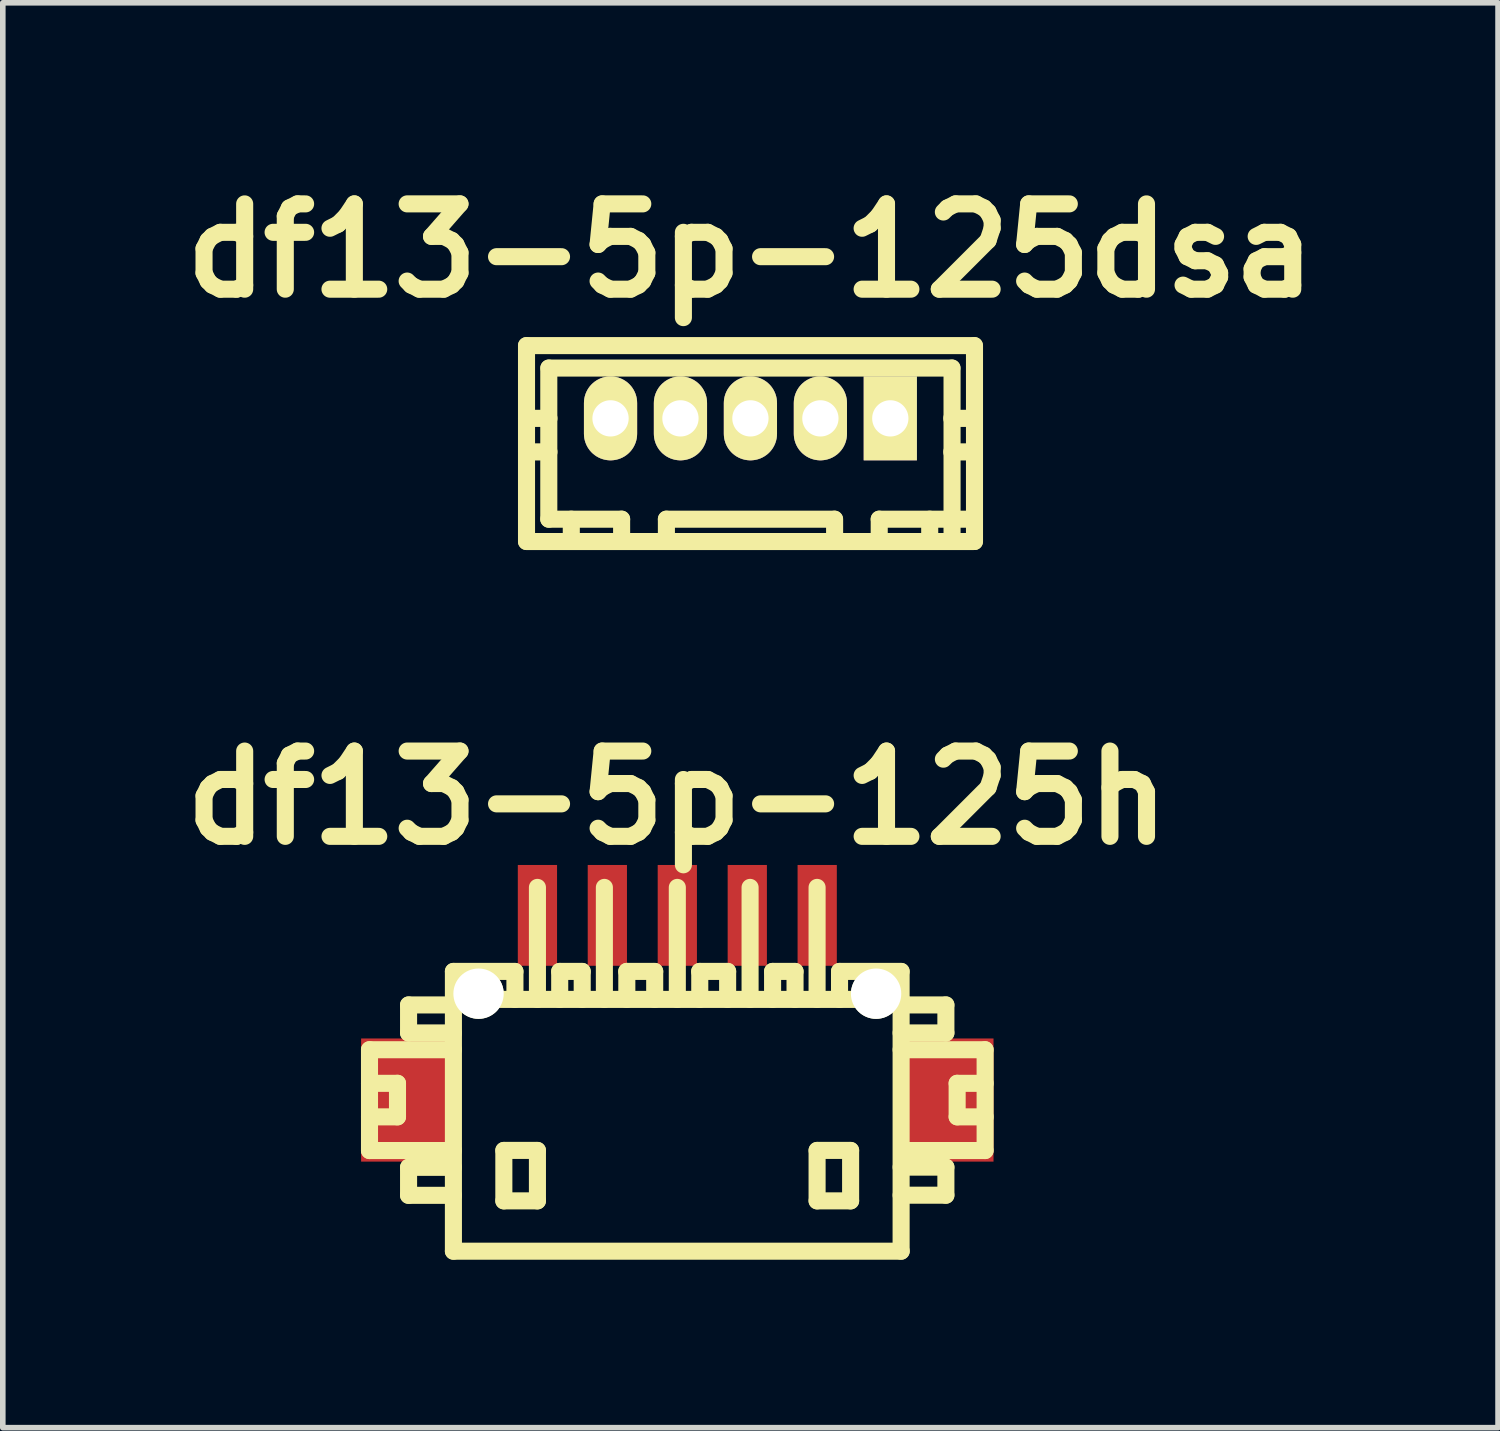
<source format=kicad_pcb>
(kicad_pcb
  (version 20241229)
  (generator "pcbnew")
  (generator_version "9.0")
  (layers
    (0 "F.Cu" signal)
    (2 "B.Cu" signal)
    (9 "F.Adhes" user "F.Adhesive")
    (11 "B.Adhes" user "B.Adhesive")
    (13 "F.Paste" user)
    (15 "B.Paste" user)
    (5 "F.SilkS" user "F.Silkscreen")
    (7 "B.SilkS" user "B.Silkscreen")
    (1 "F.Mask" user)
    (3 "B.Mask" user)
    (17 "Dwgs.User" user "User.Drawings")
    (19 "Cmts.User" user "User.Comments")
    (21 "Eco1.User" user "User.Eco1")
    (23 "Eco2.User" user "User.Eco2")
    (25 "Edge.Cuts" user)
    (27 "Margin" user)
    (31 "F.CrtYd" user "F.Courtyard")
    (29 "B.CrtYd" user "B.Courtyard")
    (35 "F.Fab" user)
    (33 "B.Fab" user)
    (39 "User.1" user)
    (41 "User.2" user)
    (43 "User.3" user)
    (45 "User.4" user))
  (footprint "df13-5p-125dsa"
    (layer "F.Cu")
    (at 10.356 4.424)
    (property "Reference" "df13-5p-125dsa" (at 0 -2.997 0) (layer "F.SilkS") (effects (font (size 1.524 1.524) (thickness 0.305))))
    (attr through_hole)
    (fp_line (start -4 2.2) (end -4 -1.3) (stroke (width 0.305) (type solid)) (layer "F.SilkS"))
    (fp_line (start -3.602 -0.899) (end -3.602 1.801) (stroke (width 0.305) (type solid)) (layer "F.SilkS"))
    (fp_line (start -3.599 -0.899) (end 3.599 -0.899) (stroke (width 0.305) (type solid)) (layer "F.SilkS"))
    (fp_line (start -3.599 0) (end -4 0) (stroke (width 0.305) (type solid)) (layer "F.SilkS"))
    (fp_line (start -3.599 0.599) (end -4 0.599) (stroke (width 0.305) (type solid)) (layer "F.SilkS"))
    (fp_line (start -3.2 1.801) (end -3.2 2.2) (stroke (width 0.305) (type solid)) (layer "F.SilkS"))
    (fp_line (start -2.601 -0.099) (end -2.601 0.099) (stroke (width 0.305) (type solid)) (layer "F.SilkS"))
    (fp_line (start -2.601 0.099) (end -2.4 0.099) (stroke (width 0.305) (type solid)) (layer "F.SilkS"))
    (fp_line (start -2.4 -0.099) (end -2.601 -0.099) (stroke (width 0.305) (type solid)) (layer "F.SilkS"))
    (fp_line (start -2.4 0.099) (end -2.4 -0.099) (stroke (width 0.305) (type solid)) (layer "F.SilkS"))
    (fp_line (start -2.301 1.801) (end -3.602 1.801) (stroke (width 0.305) (type solid)) (layer "F.SilkS"))
    (fp_line (start -2.301 1.801) (end -2.301 2.2) (stroke (width 0.305) (type solid)) (layer "F.SilkS"))
    (fp_line (start -1.501 1.801) (end 1.501 1.801) (stroke (width 0.305) (type solid)) (layer "F.SilkS"))
    (fp_line (start -1.501 2.2) (end -1.501 1.801) (stroke (width 0.305) (type solid)) (layer "F.SilkS"))
    (fp_line (start -1.3 -0.099) (end -1.3 0.099) (stroke (width 0.305) (type solid)) (layer "F.SilkS"))
    (fp_line (start -1.3 0.099) (end -1.1 0.099) (stroke (width 0.305) (type solid)) (layer "F.SilkS"))
    (fp_line (start -1.1 -0.099) (end -1.3 -0.099) (stroke (width 0.305) (type solid)) (layer "F.SilkS"))
    (fp_line (start -1.1 0.099) (end -1.1 -0.099) (stroke (width 0.305) (type solid)) (layer "F.SilkS"))
    (fp_line (start -0.099 -0.099) (end 0.099 -0.099) (stroke (width 0.305) (type solid)) (layer "F.SilkS"))
    (fp_line (start -0.099 0.099) (end -0.099 -0.099) (stroke (width 0.305) (type solid)) (layer "F.SilkS"))
    (fp_line (start 0.099 -0.099) (end 0.099 0.099) (stroke (width 0.305) (type solid)) (layer "F.SilkS"))
    (fp_line (start 0.099 0.099) (end -0.099 0.099) (stroke (width 0.305) (type solid)) (layer "F.SilkS"))
    (fp_line (start 1.1 -0.099) (end 1.3 -0.099) (stroke (width 0.305) (type solid)) (layer "F.SilkS"))
    (fp_line (start 1.1 0.099) (end 1.1 -0.099) (stroke (width 0.305) (type solid)) (layer "F.SilkS"))
    (fp_line (start 1.3 -0.099) (end 1.3 0.099) (stroke (width 0.305) (type solid)) (layer "F.SilkS"))
    (fp_line (start 1.3 0.099) (end 1.1 0.099) (stroke (width 0.305) (type solid)) (layer "F.SilkS"))
    (fp_line (start 1.504 2.2) (end 1.504 1.801) (stroke (width 0.305) (type solid)) (layer "F.SilkS"))
    (fp_line (start 2.301 1.801) (end 2.301 2.2) (stroke (width 0.305) (type solid)) (layer "F.SilkS"))
    (fp_line (start 2.301 1.801) (end 4.003 1.801) (stroke (width 0.305) (type solid)) (layer "F.SilkS"))
    (fp_line (start 2.4 -0.099) (end 2.601 -0.099) (stroke (width 0.305) (type solid)) (layer "F.SilkS"))
    (fp_line (start 2.4 0.099) (end 2.4 -0.099) (stroke (width 0.305) (type solid)) (layer "F.SilkS"))
    (fp_line (start 2.601 -0.099) (end 2.601 0.099) (stroke (width 0.305) (type solid)) (layer "F.SilkS"))
    (fp_line (start 2.601 0.099) (end 2.4 0.099) (stroke (width 0.305) (type solid)) (layer "F.SilkS"))
    (fp_line (start 3.203 1.801) (end 3.203 2.2) (stroke (width 0.305) (type solid)) (layer "F.SilkS"))
    (fp_line (start 3.597 0) (end 3.998 0) (stroke (width 0.305) (type solid)) (layer "F.SilkS"))
    (fp_line (start 3.602 -0.899) (end 3.602 2.2) (stroke (width 0.305) (type solid)) (layer "F.SilkS"))
    (fp_line (start 3.998 0.599) (end 3.597 0.599) (stroke (width 0.305) (type solid)) (layer "F.SilkS"))
    (fp_line (start 4 -1.3) (end -4 -1.3) (stroke (width 0.305) (type solid)) (layer "F.SilkS"))
    (fp_line (start 4 2.2) (end -4 2.2) (stroke (width 0.305) (type solid)) (layer "F.SilkS"))
    (fp_line (start 4.003 -1.3) (end 4.003 2.2) (stroke (width 0.305) (type solid)) (layer "F.SilkS"))
    (pad "1" thru_hole rect (at 2.499 0) (size 0.95 1.499) (drill 0.648) (layers "*.Cu" "*.Mask" "F.SilkS"))
    (pad "2" thru_hole oval (at 1.25 0) (size 0.95 1.499) (drill 0.648) (layers "*.Cu" "*.Mask" "F.SilkS"))
    (pad "3" thru_hole oval (at 0 0) (size 0.95 1.499) (drill 0.648) (layers "*.Cu" "*.Mask" "F.SilkS"))
    (pad "4" thru_hole oval (at -1.25 0) (size 0.95 1.499) (drill 0.648) (layers "*.Cu" "*.Mask" "F.SilkS"))
    (pad "5" thru_hole oval (at -2.499 0) (size 0.95 1.499) (drill 0.648) (layers "*.Cu" "*.Mask" "F.SilkS")))
  (footprint "df13-5p-125h"
    (layer "F.Cu")
    (at 9.05 16.803)
    (property "Reference" "df13-5p-125h" (at 0 -5.601 0) (layer "F.SilkS") (effects (font (size 1.524 1.524) (thickness 0.305))))
    (attr through_hole)
    (fp_line (start -5.499 -1.1) (end -5.499 0.701) (stroke (width 0.305) (type solid)) (layer "F.SilkS"))
    (fp_line (start -5.499 0.701) (end -4 0.701) (stroke (width 0.305) (type solid)) (layer "F.SilkS"))
    (fp_line (start -4.999 -0.5) (end -5.499 -0.5) (stroke (width 0.305) (type solid)) (layer "F.SilkS"))
    (fp_line (start -4.999 0.099) (end -5.499 0.099) (stroke (width 0.305) (type solid)) (layer "F.SilkS"))
    (fp_line (start -4.999 0.099) (end -4.999 -0.5) (stroke (width 0.305) (type solid)) (layer "F.SilkS"))
    (fp_line (start -4.801 -1.9) (end -4.801 -1.4) (stroke (width 0.305) (type solid)) (layer "F.SilkS"))
    (fp_line (start -4.801 -1.9) (end -4 -1.9) (stroke (width 0.305) (type solid)) (layer "F.SilkS"))
    (fp_line (start -4.801 1.001) (end -4.801 1.501) (stroke (width 0.305) (type solid)) (layer "F.SilkS"))
    (fp_line (start -4.801 1.501) (end -4 1.501) (stroke (width 0.305) (type solid)) (layer "F.SilkS"))
    (fp_line (start -4 -1.4) (end -4.801 -1.4) (stroke (width 0.305) (type solid)) (layer "F.SilkS"))
    (fp_line (start -4 -1.1) (end -5.499 -1.1) (stroke (width 0.305) (type solid)) (layer "F.SilkS"))
    (fp_line (start -4 1.001) (end -4.801 1.001) (stroke (width 0.305) (type solid)) (layer "F.SilkS"))
    (fp_line (start -4 2.499) (end -4 -2.499) (stroke (width 0.305) (type solid)) (layer "F.SilkS"))
    (fp_line (start -4 2.499) (end 4 2.499) (stroke (width 0.305) (type solid)) (layer "F.SilkS"))
    (fp_line (start -3.099 0.699) (end -3.099 1.6) (stroke (width 0.305) (type solid)) (layer "F.SilkS"))
    (fp_line (start -3.099 1.6) (end -2.499 1.6) (stroke (width 0.305) (type solid)) (layer "F.SilkS"))
    (fp_line (start -2.901 -2.499) (end -4 -2.499) (stroke (width 0.305) (type solid)) (layer "F.SilkS"))
    (fp_line (start -2.901 -2.499) (end -2.901 -1.999) (stroke (width 0.305) (type solid)) (layer "F.SilkS"))
    (fp_line (start -2.499 -4) (end -2.499 -1.999) (stroke (width 0.305) (type solid)) (layer "F.SilkS"))
    (fp_line (start -2.499 0.699) (end -3.099 0.699) (stroke (width 0.305) (type solid)) (layer "F.SilkS"))
    (fp_line (start -2.499 1.6) (end -2.499 0.699) (stroke (width 0.305) (type solid)) (layer "F.SilkS"))
    (fp_line (start -2.101 -2.499) (end -2.101 -1.999) (stroke (width 0.305) (type solid)) (layer "F.SilkS"))
    (fp_line (start -1.699 -2.499) (end -2.101 -2.499) (stroke (width 0.305) (type solid)) (layer "F.SilkS"))
    (fp_line (start -1.699 -2.499) (end -1.699 -1.999) (stroke (width 0.305) (type solid)) (layer "F.SilkS"))
    (fp_line (start -1.303 -1.999) (end -1.303 -4) (stroke (width 0.305) (type solid)) (layer "F.SilkS"))
    (fp_line (start -0.904 -2.499) (end -0.404 -2.499) (stroke (width 0.305) (type solid)) (layer "F.SilkS"))
    (fp_line (start -0.902 -1.999) (end -0.902 -2.499) (stroke (width 0.305) (type solid)) (layer "F.SilkS"))
    (fp_line (start -0.404 -2.499) (end -0.404 -1.999) (stroke (width 0.305) (type solid)) (layer "F.SilkS"))
    (fp_line (start 0 -1.999) (end 0 -4) (stroke (width 0.305) (type solid)) (layer "F.SilkS"))
    (fp_line (start 0.399 -2.499) (end 0.899 -2.499) (stroke (width 0.305) (type solid)) (layer "F.SilkS"))
    (fp_line (start 0.401 -1.999) (end 0.401 -2.499) (stroke (width 0.305) (type solid)) (layer "F.SilkS"))
    (fp_line (start 0.899 -2.499) (end 0.899 -1.999) (stroke (width 0.305) (type solid)) (layer "F.SilkS"))
    (fp_line (start 1.3 -1.999) (end 1.3 -4) (stroke (width 0.305) (type solid)) (layer "F.SilkS"))
    (fp_line (start 1.702 -2.499) (end 1.702 -1.999) (stroke (width 0.305) (type solid)) (layer "F.SilkS"))
    (fp_line (start 2.103 -2.499) (end 1.702 -2.499) (stroke (width 0.305) (type solid)) (layer "F.SilkS"))
    (fp_line (start 2.103 -2.499) (end 2.103 -1.999) (stroke (width 0.305) (type solid)) (layer "F.SilkS"))
    (fp_line (start 2.497 -1.999) (end 2.497 -4) (stroke (width 0.305) (type solid)) (layer "F.SilkS"))
    (fp_line (start 2.497 0.699) (end 3.096 0.699) (stroke (width 0.305) (type solid)) (layer "F.SilkS"))
    (fp_line (start 2.497 1.6) (end 2.497 0.699) (stroke (width 0.305) (type solid)) (layer "F.SilkS"))
    (fp_line (start 2.898 -2.499) (end 2.898 -1.999) (stroke (width 0.305) (type solid)) (layer "F.SilkS"))
    (fp_line (start 3.096 0.699) (end 3.096 1.6) (stroke (width 0.305) (type solid)) (layer "F.SilkS"))
    (fp_line (start 3.096 1.6) (end 2.497 1.6) (stroke (width 0.305) (type solid)) (layer "F.SilkS"))
    (fp_line (start 3.998 -2.499) (end 2.898 -2.499) (stroke (width 0.305) (type solid)) (layer "F.SilkS"))
    (fp_line (start 3.998 -2.499) (end 3.998 2.499) (stroke (width 0.305) (type solid)) (layer "F.SilkS"))
    (fp_line (start 3.998 -1.9) (end 4.798 -1.9) (stroke (width 0.305) (type solid)) (layer "F.SilkS"))
    (fp_line (start 3.998 0.998) (end 4.798 0.998) (stroke (width 0.305) (type solid)) (layer "F.SilkS"))
    (fp_line (start 4 -1.999) (end -4 -1.999) (stroke (width 0.305) (type solid)) (layer "F.SilkS"))
    (fp_line (start 4.798 -1.9) (end 4.798 -1.4) (stroke (width 0.305) (type solid)) (layer "F.SilkS"))
    (fp_line (start 4.798 -1.4) (end 3.998 -1.4) (stroke (width 0.305) (type solid)) (layer "F.SilkS"))
    (fp_line (start 4.798 0.998) (end 4.798 1.499) (stroke (width 0.305) (type solid)) (layer "F.SilkS"))
    (fp_line (start 4.798 1.499) (end 3.998 1.499) (stroke (width 0.305) (type solid)) (layer "F.SilkS"))
    (fp_line (start 4.999 0.099) (end 4.999 -0.5) (stroke (width 0.305) (type solid)) (layer "F.SilkS"))
    (fp_line (start 5.497 -1.1) (end 3.998 -1.1) (stroke (width 0.305) (type solid)) (layer "F.SilkS"))
    (fp_line (start 5.497 0.701) (end 4.097 0.701) (stroke (width 0.305) (type solid)) (layer "F.SilkS"))
    (fp_line (start 5.499 -1.1) (end 5.499 0.701) (stroke (width 0.305) (type solid)) (layer "F.SilkS"))
    (fp_line (start 5.499 -0.5) (end 4.999 -0.5) (stroke (width 0.305) (type solid)) (layer "F.SilkS"))
    (fp_line (start 5.499 0.099) (end 4.999 0.099) (stroke (width 0.305) (type solid)) (layer "F.SilkS"))
    (pad "" smd rect (at -4.849 -0.201) (size 1.6 2.2) (layers "F.Cu" "F.Mask" "F.Paste"))
    (pad "" np_thru_hole circle (at -3.551 -2.101) (size 0.899 0.899) (drill 0.899) (layers "*.Cu" "*.Mask" "F.SilkS"))
    (pad "" np_thru_hole circle (at 3.551 -2.101) (size 0.899 0.899) (drill 0.899) (layers "*.Cu" "*.Mask" "F.SilkS"))
    (pad "" smd rect (at 4.849 -0.201) (size 1.6 2.2) (layers "F.Cu" "F.Mask" "F.Paste"))
    (pad "1" smd rect (at 2.499 -3.5) (size 0.701 1.801) (layers "F.Cu" "F.Mask" "F.Paste"))
    (pad "2" smd rect (at 1.25 -3.5) (size 0.701 1.801) (layers "F.Cu" "F.Mask" "F.Paste"))
    (pad "3" smd rect (at 0 -3.5) (size 0.701 1.801) (layers "F.Cu" "F.Mask" "F.Paste"))
    (pad "4" smd rect (at -1.25 -3.5) (size 0.701 1.801) (layers "F.Cu" "F.Mask" "F.Paste"))
    (pad "5" smd rect (at -2.499 -3.5) (size 0.701 1.801) (layers "F.Cu" "F.Mask" "F.Paste")))
  (gr_rect
    (start -3 -3)
    (end 23.712 22.455)
    (stroke (width 0.1) (type default))
    (fill no)
    (layer "Edge.Cuts")))
</source>
